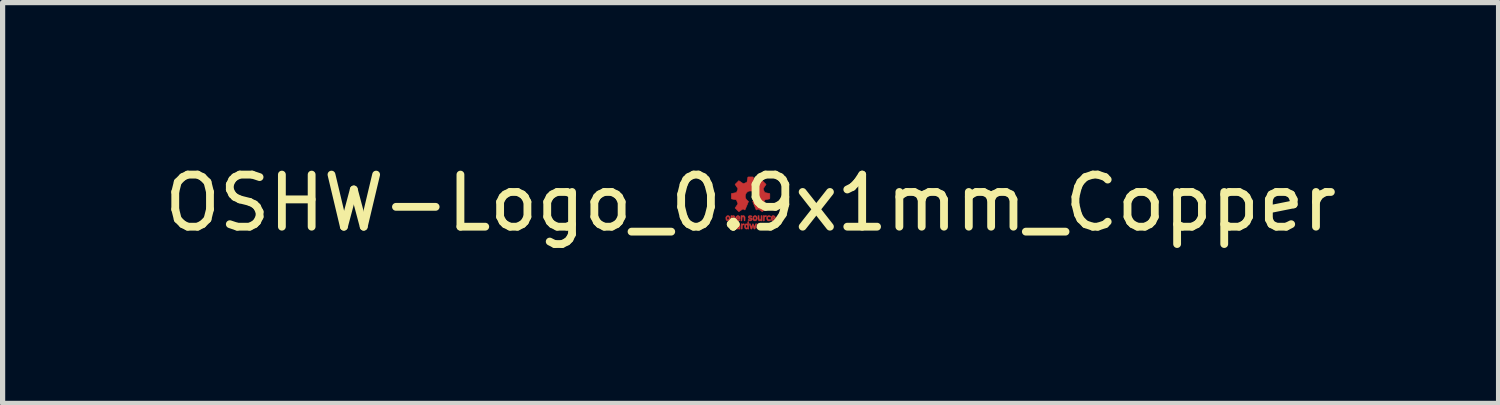
<source format=kicad_pcb>
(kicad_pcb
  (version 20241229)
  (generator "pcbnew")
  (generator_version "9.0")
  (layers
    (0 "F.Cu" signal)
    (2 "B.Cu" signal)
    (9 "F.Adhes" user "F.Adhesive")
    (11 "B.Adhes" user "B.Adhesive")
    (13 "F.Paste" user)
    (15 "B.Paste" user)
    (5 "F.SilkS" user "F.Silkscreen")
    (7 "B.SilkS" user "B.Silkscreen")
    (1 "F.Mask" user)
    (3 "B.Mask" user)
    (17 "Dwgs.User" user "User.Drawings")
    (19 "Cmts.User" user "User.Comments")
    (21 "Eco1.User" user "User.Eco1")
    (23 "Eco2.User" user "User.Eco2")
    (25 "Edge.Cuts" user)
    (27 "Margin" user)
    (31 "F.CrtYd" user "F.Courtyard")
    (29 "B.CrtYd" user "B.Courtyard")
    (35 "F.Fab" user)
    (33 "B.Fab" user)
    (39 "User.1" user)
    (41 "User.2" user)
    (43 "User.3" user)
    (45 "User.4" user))
  (footprint "OSHW-Logo_0.9x1mm_Copper"
    (layer "F.Cu")
    (at 11.363 0.848)
    (property "Reference" "OSHW-Logo_0.9x1mm_Copper" (at 0 0 0) (layer "F.SilkS") (effects (font (size 1 1) (thickness 0.15))))
    (attr exclude_from_pos_files exclude_from_bom)
    (fp_poly (pts (xy 0.236 0.401) (xy 0.241 0.404) (xy 0.243 0.407) (xy 0.247 0.404) (xy 0.255 0.4) (xy 0.267 0.4) (xy 0.278 0.402) (xy 0.28 0.403) (xy 0.287 0.407) (xy 0.28 0.415) (xy 0.271 0.421) (xy 0.261 0.422) (xy 0.252 0.421) (xy 0.246 0.424) (xy 0.242 0.43) (xy 0.24 0.441) (xy 0.24 0.458) (xy 0.24 0.465) (xy 0.24 0.501) (xy 0.218 0.501) (xy 0.218 0.399) (xy 0.228 0.399) (xy 0.236 0.401)) (stroke (width 0.01) (type solid)) (fill yes) (layer "F.Cu"))
    (fp_poly (pts (xy -0.165 0.401) (xy -0.162 0.403) (xy -0.157 0.405) (xy -0.152 0.403) (xy -0.142 0.4) (xy -0.13 0.4) (xy -0.121 0.402) (xy -0.12 0.403) (xy -0.117 0.406) (xy -0.119 0.411) (xy -0.121 0.414) (xy -0.128 0.42) (xy -0.137 0.422) (xy -0.139 0.422) (xy -0.149 0.422) (xy -0.155 0.426) (xy -0.157 0.431) (xy -0.159 0.442) (xy -0.16 0.457) (xy -0.16 0.465) (xy -0.162 0.499) (xy -0.171 0.5) (xy -0.181 0.501) (xy -0.181 0.399) (xy -0.173 0.399) (xy -0.165 0.401)) (stroke (width 0.01) (type solid)) (fill yes) (layer "F.Cu"))
    (fp_poly (pts (xy 0.262 0.244) (xy 0.265 0.247) (xy 0.265 0.247) (xy 0.267 0.249) (xy 0.272 0.247) (xy 0.28 0.244) (xy 0.291 0.243) (xy 0.301 0.244) (xy 0.306 0.246) (xy 0.307 0.247) (xy 0.306 0.252) (xy 0.303 0.259) (xy 0.298 0.265) (xy 0.293 0.266) (xy 0.29 0.265) (xy 0.282 0.263) (xy 0.274 0.267) (xy 0.27 0.27) (xy 0.267 0.274) (xy 0.266 0.281) (xy 0.265 0.292) (xy 0.264 0.308) (xy 0.263 0.343) (xy 0.253 0.344) (xy 0.243 0.345) (xy 0.243 0.243) (xy 0.254 0.243) (xy 0.262 0.244)) (stroke (width 0.01) (type solid)) (fill yes) (layer "F.Cu"))
    (fp_poly (pts (xy 0.163 0.277) (xy 0.164 0.297) (xy 0.166 0.31) (xy 0.17 0.318) (xy 0.176 0.322) (xy 0.183 0.323) (xy 0.19 0.322) (xy 0.195 0.318) (xy 0.198 0.311) (xy 0.199 0.299) (xy 0.2 0.28) (xy 0.2 0.279) (xy 0.2 0.243) (xy 0.221 0.243) (xy 0.221 0.294) (xy 0.221 0.314) (xy 0.221 0.328) (xy 0.221 0.337) (xy 0.219 0.342) (xy 0.218 0.344) (xy 0.215 0.345) (xy 0.213 0.345) (xy 0.205 0.343) (xy 0.201 0.341) (xy 0.195 0.339) (xy 0.189 0.341) (xy 0.176 0.344) (xy 0.163 0.341) (xy 0.16 0.34) (xy 0.152 0.334) (xy 0.147 0.326) (xy 0.144 0.315) (xy 0.142 0.3) (xy 0.142 0.28) (xy 0.142 0.243) (xy 0.163 0.243) (xy 0.163 0.277)) (stroke (width 0.01) (type solid)) (fill yes) (layer "F.Cu"))
    (fp_poly (pts (xy 0.366 0.245) (xy 0.377 0.249) (xy 0.379 0.251) (xy 0.386 0.257) (xy 0.387 0.261) (xy 0.383 0.265) (xy 0.382 0.266) (xy 0.377 0.27) (xy 0.371 0.27) (xy 0.364 0.267) (xy 0.353 0.263) (xy 0.344 0.265) (xy 0.336 0.269) (xy 0.332 0.276) (xy 0.33 0.288) (xy 0.33 0.296) (xy 0.333 0.31) (xy 0.34 0.319) (xy 0.351 0.323) (xy 0.364 0.321) (xy 0.367 0.319) (xy 0.376 0.318) (xy 0.381 0.32) (xy 0.387 0.324) (xy 0.386 0.33) (xy 0.378 0.336) (xy 0.374 0.338) (xy 0.356 0.344) (xy 0.34 0.343) (xy 0.336 0.341) (xy 0.322 0.332) (xy 0.313 0.317) (xy 0.309 0.299) (xy 0.31 0.278) (xy 0.316 0.262) (xy 0.326 0.25) (xy 0.342 0.244) (xy 0.352 0.243) (xy 0.366 0.245)) (stroke (width 0.01) (type solid)) (fill yes) (layer "F.Cu"))
    (fp_poly (pts (xy -0.418 0.246) (xy -0.405 0.255) (xy -0.397 0.269) (xy -0.393 0.287) (xy -0.394 0.305) (xy -0.399 0.321) (xy -0.409 0.334) (xy -0.422 0.342) (xy -0.437 0.344) (xy -0.452 0.341) (xy -0.455 0.339) (xy -0.466 0.329) (xy -0.473 0.315) (xy -0.475 0.294) (xy -0.475 0.292) (xy -0.454 0.292) (xy -0.452 0.308) (xy -0.447 0.318) (xy -0.438 0.323) (xy -0.434 0.323) (xy -0.425 0.32) (xy -0.419 0.315) (xy -0.415 0.305) (xy -0.414 0.292) (xy -0.415 0.279) (xy -0.416 0.274) (xy -0.422 0.267) (xy -0.432 0.264) (xy -0.443 0.265) (xy -0.445 0.267) (xy -0.45 0.271) (xy -0.453 0.278) (xy -0.454 0.288) (xy -0.454 0.292) (xy -0.475 0.292) (xy -0.475 0.29) (xy -0.475 0.277) (xy -0.473 0.269) (xy -0.469 0.262) (xy -0.463 0.256) (xy -0.454 0.248) (xy -0.445 0.244) (xy -0.435 0.243) (xy -0.418 0.246)) (stroke (width 0.01) (type solid)) (fill yes) (layer "F.Cu"))
    (fp_poly (pts (xy 0.102 0.246) (xy 0.112 0.253) (xy 0.121 0.267) (xy 0.126 0.285) (xy 0.126 0.305) (xy 0.125 0.308) (xy 0.12 0.323) (xy 0.109 0.335) (xy 0.096 0.342) (xy 0.081 0.344) (xy 0.066 0.34) (xy 0.063 0.338) (xy 0.052 0.328) (xy 0.046 0.314) (xy 0.044 0.295) (xy 0.044 0.292) (xy 0.065 0.292) (xy 0.067 0.308) (xy 0.072 0.318) (xy 0.081 0.323) (xy 0.085 0.323) (xy 0.094 0.32) (xy 0.1 0.315) (xy 0.104 0.305) (xy 0.105 0.292) (xy 0.104 0.279) (xy 0.103 0.274) (xy 0.097 0.267) (xy 0.087 0.264) (xy 0.077 0.265) (xy 0.074 0.267) (xy 0.069 0.271) (xy 0.066 0.278) (xy 0.065 0.288) (xy 0.065 0.292) (xy 0.044 0.292) (xy 0.044 0.286) (xy 0.046 0.273) (xy 0.048 0.264) (xy 0.053 0.258) (xy 0.057 0.254) (xy 0.072 0.245) (xy 0.087 0.243) (xy 0.102 0.246)) (stroke (width 0.01) (type solid)) (fill yes) (layer "F.Cu"))
    (fp_poly (pts (xy -0.226 0.246) (xy -0.213 0.255) (xy -0.206 0.269) (xy -0.203 0.286) (xy -0.203 0.301) (xy -0.265 0.303) (xy -0.26 0.312) (xy -0.253 0.319) (xy -0.242 0.323) (xy -0.23 0.321) (xy -0.225 0.319) (xy -0.218 0.317) (xy -0.212 0.32) (xy -0.21 0.322) (xy -0.205 0.327) (xy -0.206 0.331) (xy -0.212 0.335) (xy -0.213 0.336) (xy -0.228 0.342) (xy -0.246 0.343) (xy -0.26 0.34) (xy -0.272 0.331) (xy -0.28 0.317) (xy -0.283 0.298) (xy -0.283 0.29) (xy -0.283 0.28) (xy -0.263 0.28) (xy -0.261 0.282) (xy -0.254 0.283) (xy -0.243 0.283) (xy -0.231 0.283) (xy -0.225 0.282) (xy -0.223 0.279) (xy -0.224 0.276) (xy -0.229 0.267) (xy -0.238 0.263) (xy -0.248 0.263) (xy -0.257 0.267) (xy -0.262 0.276) (xy -0.263 0.28) (xy -0.283 0.28) (xy -0.283 0.277) (xy -0.281 0.269) (xy -0.277 0.262) (xy -0.271 0.256) (xy -0.261 0.248) (xy -0.253 0.244) (xy -0.243 0.243) (xy -0.226 0.246)) (stroke (width 0.01) (type solid)) (fill yes) (layer "F.Cu"))
    (fp_poly (pts (xy -0.167 0.244) (xy -0.163 0.248) (xy -0.163 0.248) (xy -0.162 0.25) (xy -0.159 0.248) (xy -0.153 0.245) (xy -0.143 0.243) (xy -0.139 0.243) (xy -0.128 0.244) (xy -0.12 0.249) (xy -0.115 0.254) (xy -0.11 0.26) (xy -0.108 0.265) (xy -0.106 0.272) (xy -0.106 0.282) (xy -0.106 0.297) (xy -0.106 0.304) (xy -0.107 0.321) (xy -0.107 0.333) (xy -0.108 0.339) (xy -0.11 0.342) (xy -0.113 0.343) (xy -0.116 0.343) (xy -0.12 0.343) (xy -0.123 0.341) (xy -0.125 0.337) (xy -0.125 0.328) (xy -0.126 0.314) (xy -0.126 0.308) (xy -0.127 0.291) (xy -0.128 0.28) (xy -0.13 0.274) (xy -0.132 0.269) (xy -0.135 0.267) (xy -0.145 0.263) (xy -0.155 0.265) (xy -0.161 0.271) (xy -0.162 0.274) (xy -0.162 0.281) (xy -0.163 0.293) (xy -0.164 0.308) (xy -0.164 0.312) (xy -0.165 0.327) (xy -0.166 0.336) (xy -0.167 0.341) (xy -0.17 0.343) (xy -0.175 0.344) (xy -0.175 0.344) (xy -0.185 0.345) (xy -0.185 0.243) (xy -0.174 0.243) (xy -0.167 0.244)) (stroke (width 0.01) (type solid)) (fill yes) (layer "F.Cu"))
    (fp_poly (pts (xy 0.346 0.405) (xy 0.35 0.407) (xy 0.359 0.415) (xy 0.364 0.424) (xy 0.367 0.437) (xy 0.368 0.442) (xy 0.371 0.457) (xy 0.339 0.457) (xy 0.324 0.457) (xy 0.315 0.458) (xy 0.31 0.459) (xy 0.309 0.462) (xy 0.309 0.465) (xy 0.313 0.473) (xy 0.32 0.479) (xy 0.327 0.482) (xy 0.334 0.481) (xy 0.341 0.478) (xy 0.349 0.475) (xy 0.354 0.475) (xy 0.36 0.479) (xy 0.368 0.486) (xy 0.356 0.493) (xy 0.339 0.499) (xy 0.321 0.5) (xy 0.309 0.497) (xy 0.299 0.489) (xy 0.291 0.477) (xy 0.287 0.461) (xy 0.287 0.444) (xy 0.289 0.435) (xy 0.309 0.435) (xy 0.314 0.438) (xy 0.327 0.439) (xy 0.328 0.439) (xy 0.339 0.439) (xy 0.345 0.438) (xy 0.346 0.435) (xy 0.346 0.432) (xy 0.34 0.423) (xy 0.331 0.419) (xy 0.321 0.421) (xy 0.318 0.422) (xy 0.31 0.429) (xy 0.309 0.435) (xy 0.289 0.435) (xy 0.29 0.428) (xy 0.297 0.414) (xy 0.306 0.405) (xy 0.318 0.4) (xy 0.333 0.4) (xy 0.346 0.405)) (stroke (width 0.01) (type solid)) (fill yes) (layer "F.Cu"))
    (fp_poly (pts (xy -0.036 0.501) (xy -0.045 0.501) (xy -0.052 0.499) (xy -0.055 0.497) (xy -0.058 0.494) (xy -0.064 0.497) (xy -0.078 0.501) (xy -0.092 0.499) (xy -0.103 0.492) (xy -0.111 0.48) (xy -0.115 0.464) (xy -0.116 0.45) (xy -0.094 0.45) (xy -0.093 0.461) (xy -0.091 0.471) (xy -0.091 0.472) (xy -0.084 0.477) (xy -0.075 0.479) (xy -0.065 0.477) (xy -0.061 0.473) (xy -0.059 0.466) (xy -0.057 0.456) (xy -0.057 0.45) (xy -0.058 0.435) (xy -0.063 0.425) (xy -0.072 0.421) (xy -0.077 0.421) (xy -0.086 0.423) (xy -0.092 0.431) (xy -0.094 0.445) (xy -0.094 0.45) (xy -0.116 0.45) (xy -0.116 0.446) (xy -0.113 0.429) (xy -0.108 0.414) (xy -0.103 0.408) (xy -0.095 0.401) (xy -0.085 0.4) (xy -0.081 0.4) (xy -0.07 0.402) (xy -0.061 0.404) (xy -0.061 0.405) (xy -0.057 0.405) (xy -0.055 0.403) (xy -0.055 0.396) (xy -0.054 0.383) (xy -0.054 0.371) (xy -0.053 0.363) (xy -0.051 0.36) (xy -0.047 0.359) (xy -0.045 0.359) (xy -0.036 0.359) (xy -0.036 0.501)) (stroke (width 0.01) (type solid)) (fill yes) (layer "F.Cu"))
    (fp_poly (pts (xy 0.006 0.245) (xy 0.018 0.248) (xy 0.025 0.252) (xy 0.029 0.257) (xy 0.027 0.261) (xy 0.025 0.264) (xy 0.019 0.268) (xy 0.012 0.267) (xy 0.009 0.266) (xy -0.005 0.262) (xy -0.016 0.263) (xy -0.022 0.267) (xy -0.025 0.272) (xy -0.022 0.277) (xy -0.02 0.278) (xy -0.012 0.281) (xy -0.001 0.283) (xy 0.001 0.283) (xy 0.015 0.286) (xy 0.025 0.293) (xy 0.031 0.304) (xy 0.032 0.315) (xy 0.028 0.327) (xy 0.019 0.336) (xy 0.013 0.34) (xy -0.004 0.344) (xy -0.021 0.343) (xy -0.035 0.338) (xy -0.046 0.333) (xy -0.05 0.328) (xy -0.049 0.324) (xy -0.045 0.319) (xy -0.04 0.315) (xy -0.035 0.315) (xy -0.031 0.318) (xy -0.02 0.322) (xy -0.007 0.322) (xy 0.004 0.321) (xy 0.009 0.318) (xy 0.01 0.314) (xy 0.008 0.307) (xy -0.001 0.302) (xy -0.013 0.301) (xy -0.027 0.298) (xy -0.038 0.291) (xy -0.044 0.281) (xy -0.046 0.269) (xy -0.043 0.258) (xy -0.034 0.249) (xy -0.031 0.247) (xy -0.021 0.244) (xy -0.008 0.244) (xy 0.006 0.245)) (stroke (width 0.01) (type solid)) (fill yes) (layer "F.Cu"))
    (fp_poly (pts (xy 0.446 0.244) (xy 0.454 0.248) (xy 0.463 0.256) (xy 0.471 0.265) (xy 0.475 0.273) (xy 0.475 0.285) (xy 0.475 0.301) (xy 0.445 0.301) (xy 0.431 0.302) (xy 0.42 0.302) (xy 0.414 0.304) (xy 0.414 0.304) (xy 0.416 0.309) (xy 0.419 0.315) (xy 0.428 0.321) (xy 0.439 0.323) (xy 0.452 0.32) (xy 0.453 0.32) (xy 0.462 0.318) (xy 0.467 0.321) (xy 0.471 0.325) (xy 0.471 0.329) (xy 0.466 0.334) (xy 0.456 0.34) (xy 0.443 0.343) (xy 0.429 0.344) (xy 0.419 0.341) (xy 0.407 0.333) (xy 0.398 0.319) (xy 0.394 0.302) (xy 0.394 0.283) (xy 0.395 0.277) (xy 0.415 0.277) (xy 0.415 0.281) (xy 0.421 0.283) (xy 0.432 0.283) (xy 0.434 0.283) (xy 0.446 0.283) (xy 0.452 0.281) (xy 0.454 0.278) (xy 0.451 0.269) (xy 0.443 0.264) (xy 0.434 0.262) (xy 0.424 0.265) (xy 0.419 0.269) (xy 0.415 0.277) (xy 0.395 0.277) (xy 0.396 0.276) (xy 0.403 0.259) (xy 0.413 0.248) (xy 0.427 0.244) (xy 0.434 0.243) (xy 0.446 0.244)) (stroke (width 0.01) (type solid)) (fill yes) (layer "F.Cu"))
    (fp_poly (pts (xy 0.158 0.4) (xy 0.161 0.4) (xy 0.174 0.402) (xy 0.184 0.405) (xy 0.19 0.41) (xy 0.194 0.42) (xy 0.195 0.434) (xy 0.196 0.454) (xy 0.196 0.46) (xy 0.196 0.501) (xy 0.187 0.501) (xy 0.18 0.5) (xy 0.178 0.497) (xy 0.176 0.495) (xy 0.171 0.497) (xy 0.156 0.501) (xy 0.141 0.499) (xy 0.128 0.491) (xy 0.127 0.49) (xy 0.118 0.478) (xy 0.118 0.472) (xy 0.139 0.472) (xy 0.143 0.478) (xy 0.144 0.479) (xy 0.153 0.481) (xy 0.163 0.48) (xy 0.172 0.477) (xy 0.175 0.475) (xy 0.178 0.466) (xy 0.175 0.46) (xy 0.166 0.457) (xy 0.164 0.457) (xy 0.153 0.458) (xy 0.145 0.459) (xy 0.144 0.46) (xy 0.139 0.465) (xy 0.139 0.472) (xy 0.118 0.472) (xy 0.117 0.466) (xy 0.123 0.454) (xy 0.125 0.451) (xy 0.131 0.446) (xy 0.138 0.442) (xy 0.15 0.44) (xy 0.156 0.44) (xy 0.17 0.438) (xy 0.177 0.435) (xy 0.177 0.43) (xy 0.172 0.423) (xy 0.172 0.423) (xy 0.163 0.419) (xy 0.15 0.42) (xy 0.142 0.422) (xy 0.135 0.422) (xy 0.129 0.419) (xy 0.124 0.415) (xy 0.124 0.411) (xy 0.13 0.406) (xy 0.131 0.406) (xy 0.137 0.402) (xy 0.146 0.4) (xy 0.158 0.4)) (stroke (width 0.01) (type solid)) (fill yes) (layer "F.Cu"))
    (fp_poly (pts (xy -0.229 0.4) (xy -0.22 0.404) (xy -0.214 0.41) (xy -0.209 0.415) (xy -0.206 0.419) (xy -0.204 0.426) (xy -0.204 0.435) (xy -0.203 0.448) (xy -0.203 0.461) (xy -0.203 0.501) (xy -0.214 0.501) (xy -0.222 0.5) (xy -0.225 0.497) (xy -0.225 0.497) (xy -0.226 0.494) (xy -0.229 0.497) (xy -0.236 0.5) (xy -0.247 0.501) (xy -0.259 0.499) (xy -0.267 0.497) (xy -0.277 0.49) (xy -0.282 0.479) (xy -0.283 0.468) (xy -0.265 0.468) (xy -0.264 0.474) (xy -0.258 0.479) (xy -0.257 0.479) (xy -0.245 0.482) (xy -0.236 0.481) (xy -0.232 0.479) (xy -0.226 0.472) (xy -0.225 0.466) (xy -0.226 0.46) (xy -0.23 0.458) (xy -0.238 0.457) (xy -0.251 0.459) (xy -0.26 0.463) (xy -0.265 0.468) (xy -0.283 0.468) (xy -0.283 0.465) (xy -0.28 0.454) (xy -0.272 0.447) (xy -0.26 0.442) (xy -0.244 0.439) (xy -0.239 0.439) (xy -0.23 0.439) (xy -0.226 0.436) (xy -0.225 0.432) (xy -0.228 0.424) (xy -0.236 0.42) (xy -0.247 0.419) (xy -0.255 0.421) (xy -0.263 0.423) (xy -0.269 0.421) (xy -0.273 0.418) (xy -0.278 0.413) (xy -0.277 0.41) (xy -0.271 0.406) (xy -0.269 0.405) (xy -0.258 0.401) (xy -0.245 0.399) (xy -0.241 0.399) (xy -0.229 0.4)) (stroke (width 0.01) (type solid)) (fill yes) (layer "F.Cu"))
    (fp_poly (pts (xy 0.106 0.399) (xy 0.113 0.4) (xy 0.116 0.4) (xy 0.115 0.404) (xy 0.112 0.413) (xy 0.108 0.427) (xy 0.103 0.443) (xy 0.1 0.45) (xy 0.094 0.469) (xy 0.09 0.483) (xy 0.086 0.492) (xy 0.083 0.497) (xy 0.079 0.499) (xy 0.075 0.5) (xy 0.07 0.5) (xy 0.066 0.498) (xy 0.063 0.491) (xy 0.06 0.48) (xy 0.056 0.466) (xy 0.052 0.452) (xy 0.05 0.445) (xy 0.048 0.439) (xy 0.047 0.435) (xy 0.045 0.435) (xy 0.043 0.439) (xy 0.041 0.447) (xy 0.036 0.461) (xy 0.033 0.475) (xy 0.028 0.488) (xy 0.025 0.496) (xy 0.021 0.5) (xy 0.017 0.501) (xy 0.016 0.501) (xy 0.009 0.5) (xy 0.006 0.498) (xy 0.005 0.494) (xy 0.001 0.484) (xy -0.003 0.47) (xy -0.008 0.454) (xy -0.009 0.453) (xy -0.014 0.436) (xy -0.019 0.421) (xy -0.022 0.41) (xy -0.024 0.405) (xy -0.024 0.405) (xy -0.024 0.401) (xy -0.018 0.399) (xy -0.015 0.399) (xy -0.01 0.399) (xy -0.007 0.4) (xy -0.004 0.403) (xy -0.001 0.409) (xy 0.002 0.419) (xy 0.007 0.435) (xy 0.009 0.445) (xy 0.016 0.466) (xy 0.027 0.433) (xy 0.032 0.417) (xy 0.036 0.407) (xy 0.04 0.401) (xy 0.044 0.399) (xy 0.045 0.399) (xy 0.049 0.4) (xy 0.053 0.404) (xy 0.057 0.412) (xy 0.062 0.426) (xy 0.064 0.433) (xy 0.075 0.466) (xy 0.081 0.445) (xy 0.087 0.426) (xy 0.091 0.414) (xy 0.094 0.406) (xy 0.096 0.401) (xy 0.099 0.4) (xy 0.103 0.399) (xy 0.106 0.399)) (stroke (width 0.01) (type solid)) (fill yes) (layer "F.Cu"))
    (fp_poly (pts (xy -0.359 0.244) (xy -0.356 0.247) (xy -0.356 0.247) (xy -0.353 0.249) (xy -0.349 0.247) (xy -0.34 0.244) (xy -0.33 0.243) (xy -0.316 0.246) (xy -0.307 0.252) (xy -0.301 0.264) (xy -0.298 0.282) (xy -0.298 0.295) (xy -0.298 0.311) (xy -0.3 0.321) (xy -0.303 0.328) (xy -0.305 0.331) (xy -0.316 0.34) (xy -0.329 0.344) (xy -0.342 0.342) (xy -0.347 0.34) (xy -0.356 0.334) (xy -0.356 0.37) (xy -0.356 0.387) (xy -0.355 0.397) (xy -0.354 0.403) (xy -0.353 0.404) (xy -0.35 0.404) (xy -0.349 0.403) (xy -0.334 0.399) (xy -0.32 0.402) (xy -0.308 0.41) (xy -0.304 0.415) (xy -0.301 0.419) (xy -0.299 0.425) (xy -0.298 0.435) (xy -0.298 0.448) (xy -0.298 0.461) (xy -0.298 0.501) (xy -0.308 0.5) (xy -0.318 0.499) (xy -0.319 0.465) (xy -0.32 0.449) (xy -0.321 0.436) (xy -0.323 0.428) (xy -0.324 0.426) (xy -0.331 0.422) (xy -0.341 0.421) (xy -0.349 0.424) (xy -0.351 0.425) (xy -0.354 0.432) (xy -0.355 0.444) (xy -0.356 0.463) (xy -0.356 0.465) (xy -0.356 0.501) (xy -0.377 0.501) (xy -0.377 0.292) (xy -0.356 0.292) (xy -0.354 0.308) (xy -0.35 0.317) (xy -0.35 0.317) (xy -0.341 0.322) (xy -0.331 0.322) (xy -0.324 0.319) (xy -0.321 0.313) (xy -0.32 0.302) (xy -0.319 0.29) (xy -0.32 0.279) (xy -0.322 0.271) (xy -0.322 0.27) (xy -0.33 0.264) (xy -0.34 0.264) (xy -0.347 0.267) (xy -0.352 0.271) (xy -0.355 0.278) (xy -0.356 0.288) (xy -0.356 0.292) (xy -0.377 0.292) (xy -0.377 0.243) (xy -0.367 0.243) (xy -0.359 0.244)) (stroke (width 0.01) (type solid)) (fill yes) (layer "F.Cu"))
    (fp_poly (pts (xy 0.02 -0.501) (xy 0.034 -0.5) (xy 0.043 -0.5) (xy 0.049 -0.498) (xy 0.051 -0.496) (xy 0.052 -0.495) (xy 0.054 -0.489) (xy 0.056 -0.477) (xy 0.059 -0.462) (xy 0.062 -0.444) (xy 0.062 -0.444) (xy 0.07 -0.4) (xy 0.102 -0.386) (xy 0.117 -0.38) (xy 0.129 -0.376) (xy 0.137 -0.373) (xy 0.139 -0.373) (xy 0.144 -0.375) (xy 0.153 -0.38) (xy 0.166 -0.388) (xy 0.181 -0.398) (xy 0.185 -0.401) (xy 0.226 -0.429) (xy 0.262 -0.393) (xy 0.298 -0.357) (xy 0.271 -0.317) (xy 0.26 -0.301) (xy 0.252 -0.288) (xy 0.246 -0.278) (xy 0.243 -0.272) (xy 0.243 -0.271) (xy 0.245 -0.266) (xy 0.248 -0.256) (xy 0.253 -0.243) (xy 0.259 -0.23) (xy 0.264 -0.217) (xy 0.269 -0.207) (xy 0.272 -0.202) (xy 0.276 -0.201) (xy 0.286 -0.198) (xy 0.3 -0.195) (xy 0.314 -0.192) (xy 0.331 -0.189) (xy 0.346 -0.186) (xy 0.357 -0.184) (xy 0.362 -0.183) (xy 0.365 -0.182) (xy 0.368 -0.18) (xy 0.369 -0.176) (xy 0.37 -0.168) (xy 0.37 -0.156) (xy 0.37 -0.138) (xy 0.37 -0.131) (xy 0.37 -0.111) (xy 0.37 -0.097) (xy 0.369 -0.088) (xy 0.368 -0.082) (xy 0.366 -0.08) (xy 0.363 -0.078) (xy 0.362 -0.078) (xy 0.355 -0.077) (xy 0.343 -0.074) (xy 0.328 -0.071) (xy 0.316 -0.069) (xy 0.3 -0.066) (xy 0.287 -0.062) (xy 0.278 -0.06) (xy 0.275 -0.058) (xy 0.272 -0.054) (xy 0.267 -0.044) (xy 0.262 -0.03) (xy 0.257 -0.02) (xy 0.243 0.016) (xy 0.271 0.056) (xy 0.298 0.096) (xy 0.226 0.168) (xy 0.188 0.142) (xy 0.173 0.132) (xy 0.161 0.124) (xy 0.151 0.119) (xy 0.146 0.116) (xy 0.146 0.116) (xy 0.141 0.118) (xy 0.132 0.122) (xy 0.126 0.125) (xy 0.109 0.135) (xy 0.104 0.125) (xy 0.101 0.119) (xy 0.097 0.108) (xy 0.09 0.093) (xy 0.083 0.075) (xy 0.075 0.056) (xy 0.066 0.036) (xy 0.059 0.017) (xy 0.051 -0.001) (xy 0.046 -0.015) (xy 0.042 -0.025) (xy 0.04 -0.03) (xy 0.04 -0.03) (xy 0.043 -0.033) (xy 0.05 -0.039) (xy 0.059 -0.047) (xy 0.06 -0.047) (xy 0.074 -0.059) (xy 0.085 -0.073) (xy 0.091 -0.085) (xy 0.097 -0.099) (xy 0.1 -0.109) (xy 0.101 -0.12) (xy 0.101 -0.134) (xy 0.101 -0.135) (xy 0.097 -0.16) (xy 0.089 -0.18) (xy 0.076 -0.198) (xy 0.07 -0.204) (xy 0.056 -0.216) (xy 0.042 -0.224) (xy 0.027 -0.229) (xy 0.008 -0.23) (xy 0 -0.23) (xy -0.021 -0.23) (xy -0.037 -0.226) (xy -0.051 -0.22) (xy -0.065 -0.209) (xy -0.07 -0.204) (xy -0.085 -0.186) (xy -0.095 -0.167) (xy -0.1 -0.145) (xy -0.101 -0.135) (xy -0.101 -0.12) (xy -0.101 -0.11) (xy -0.097 -0.099) (xy -0.092 -0.086) (xy -0.091 -0.085) (xy -0.081 -0.068) (xy -0.069 -0.055) (xy -0.06 -0.047) (xy -0.05 -0.039) (xy -0.043 -0.033) (xy -0.04 -0.03) (xy -0.04 -0.03) (xy -0.041 -0.026) (xy -0.045 -0.017) (xy -0.05 -0.003) (xy -0.057 0.014) (xy -0.065 0.033) (xy -0.073 0.052) (xy -0.082 0.072) (xy -0.089 0.09) (xy -0.096 0.106) (xy -0.101 0.117) (xy -0.104 0.124) (xy -0.104 0.125) (xy -0.109 0.135) (xy -0.125 0.125) (xy -0.135 0.12) (xy -0.143 0.117) (xy -0.145 0.116) (xy -0.15 0.118) (xy -0.159 0.123) (xy -0.171 0.131) (xy -0.186 0.141) (xy -0.187 0.142) (xy -0.201 0.151) (xy -0.213 0.159) (xy -0.222 0.165) (xy -0.225 0.167) (xy -0.225 0.167) (xy -0.228 0.165) (xy -0.236 0.158) (xy -0.246 0.148) (xy -0.258 0.136) (xy -0.262 0.131) (xy -0.298 0.096) (xy -0.27 0.056) (xy -0.243 0.015) (xy -0.258 -0.023) (xy -0.273 -0.061) (xy -0.315 -0.069) (xy -0.333 -0.072) (xy -0.347 -0.075) (xy -0.359 -0.077) (xy -0.364 -0.078) (xy -0.366 -0.08) (xy -0.368 -0.083) (xy -0.369 -0.09) (xy -0.37 -0.1) (xy -0.37 -0.116) (xy -0.37 -0.131) (xy -0.37 -0.151) (xy -0.37 -0.165) (xy -0.369 -0.174) (xy -0.368 -0.179) (xy -0.366 -0.182) (xy -0.363 -0.183) (xy -0.362 -0.183) (xy -0.355 -0.185) (xy -0.343 -0.187) (xy -0.328 -0.19) (xy -0.314 -0.192) (xy -0.298 -0.196) (xy -0.284 -0.199) (xy -0.275 -0.201) (xy -0.272 -0.202) (xy -0.269 -0.207) (xy -0.264 -0.217) (xy -0.259 -0.23) (xy -0.253 -0.243) (xy -0.248 -0.256) (xy -0.245 -0.266) (xy -0.243 -0.271) (xy -0.245 -0.276) (xy -0.25 -0.285) (xy -0.258 -0.298) (xy -0.268 -0.313) (xy -0.271 -0.317) (xy -0.298 -0.357) (xy -0.262 -0.393) (xy -0.226 -0.429) (xy -0.185 -0.401) (xy -0.169 -0.391) (xy -0.156 -0.382) (xy -0.145 -0.376) (xy -0.139 -0.373) (xy -0.138 -0.373) (xy -0.132 -0.374) (xy -0.122 -0.378) (xy -0.108 -0.383) (xy -0.101 -0.386) (xy -0.07 -0.399) (xy -0.062 -0.444) (xy -0.059 -0.461) (xy -0.056 -0.477) (xy -0.054 -0.488) (xy -0.052 -0.494) (xy -0.052 -0.495) (xy -0.051 -0.497) (xy -0.047 -0.499) (xy -0.041 -0.5) (xy -0.03 -0.501) (xy -0.015 -0.501) (xy 0 -0.501) (xy 0.02 -0.501)) (stroke (width 0.01) (type solid)) (fill yes) (layer "F.Cu")))
  (gr_rect
    (start -3 -3)
    (end 25.726 4.697)
    (stroke (width 0.1) (type default))
    (fill no)
    (layer "Edge.Cuts")))
</source>
